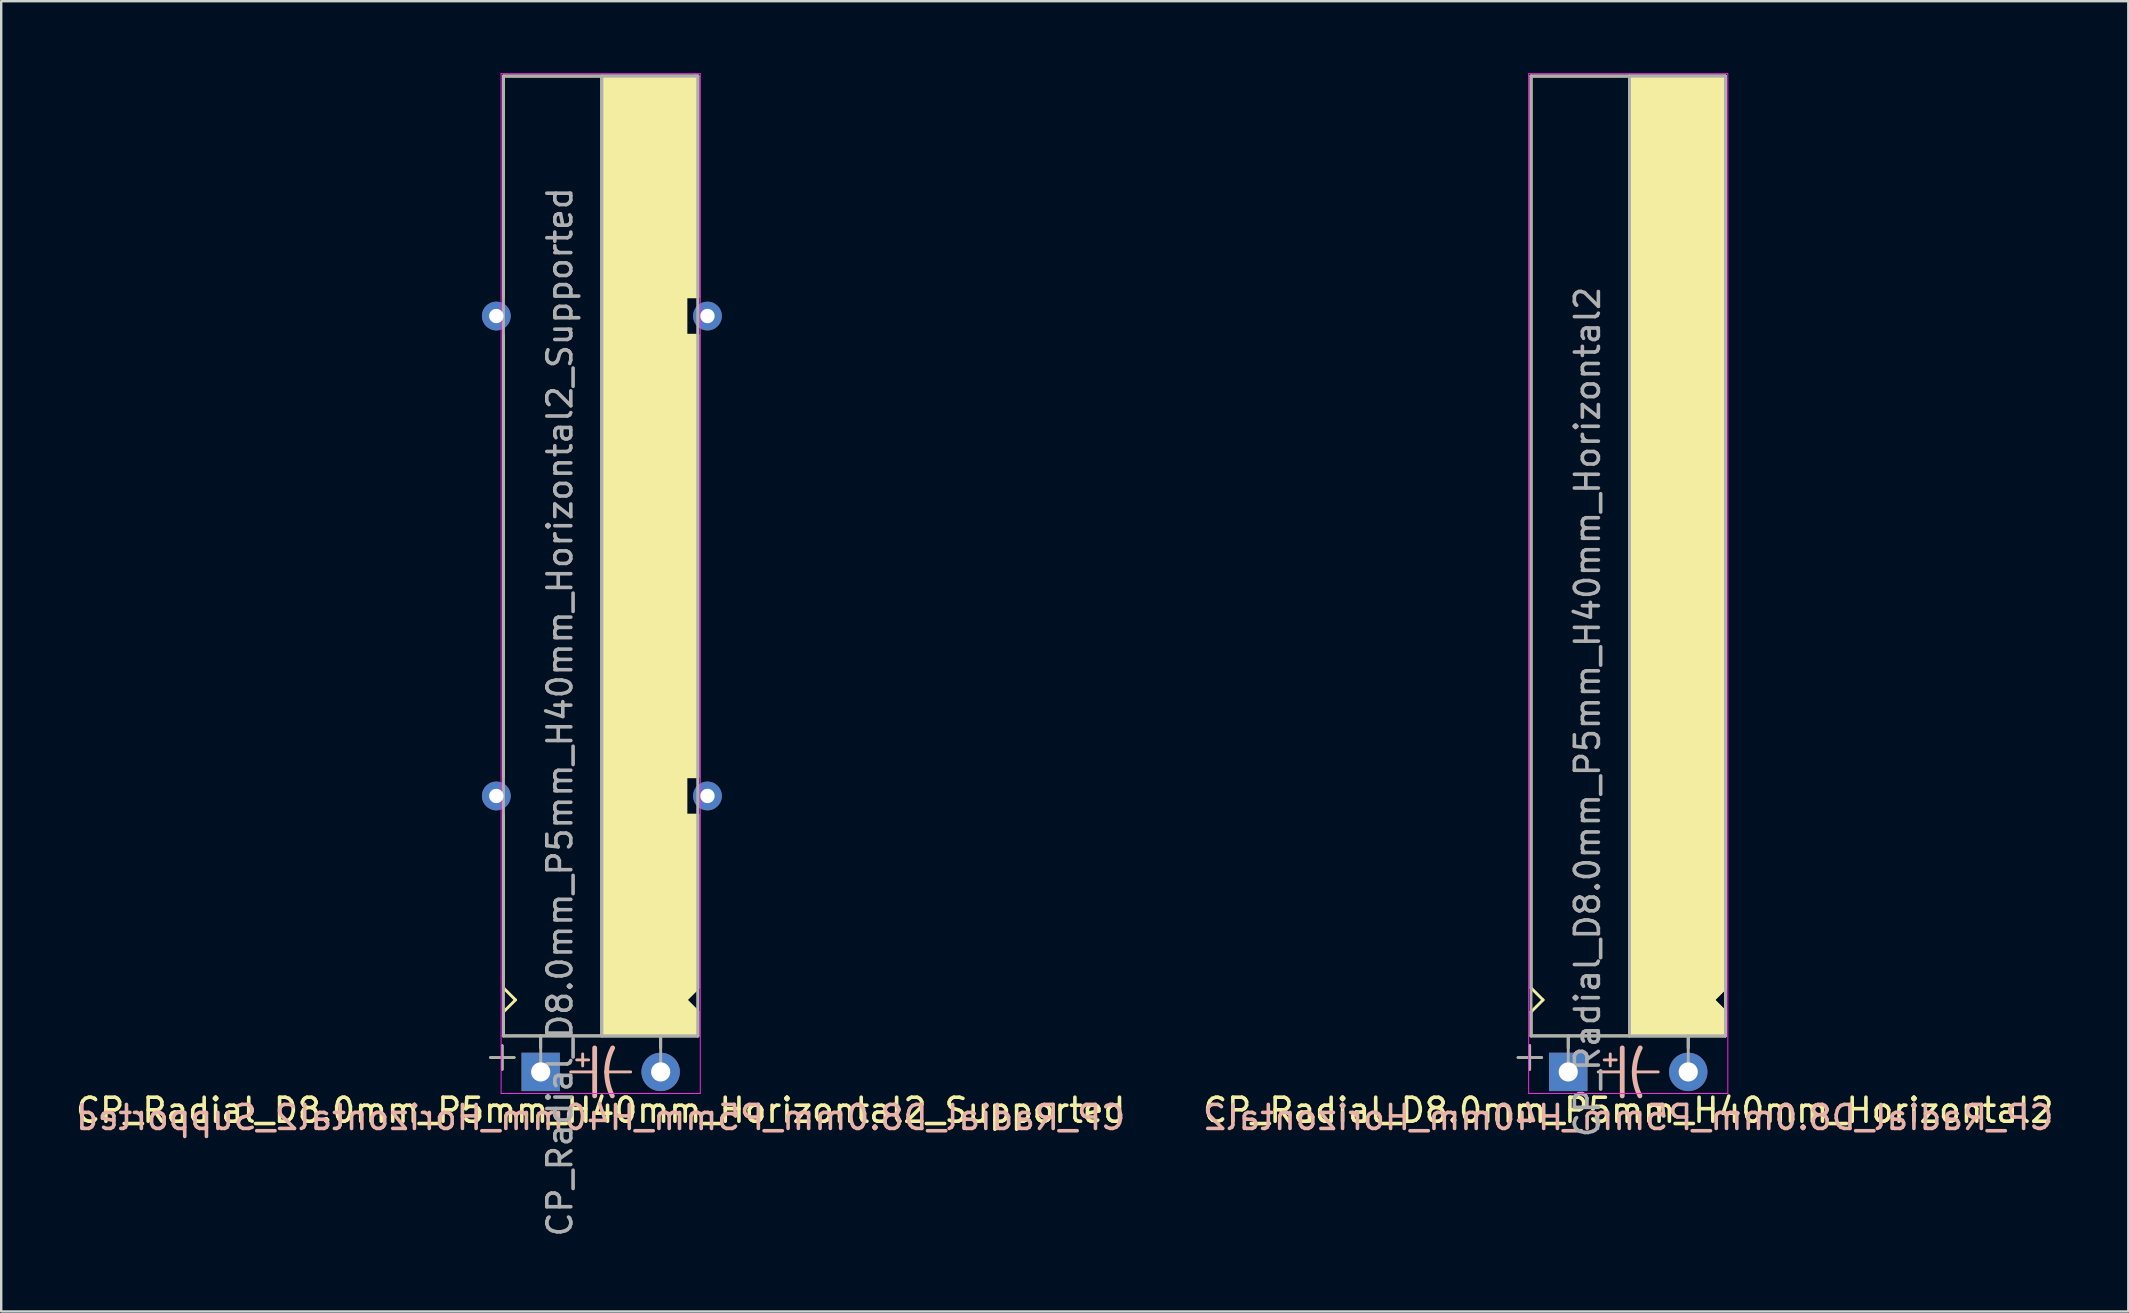
<source format=kicad_pcb>
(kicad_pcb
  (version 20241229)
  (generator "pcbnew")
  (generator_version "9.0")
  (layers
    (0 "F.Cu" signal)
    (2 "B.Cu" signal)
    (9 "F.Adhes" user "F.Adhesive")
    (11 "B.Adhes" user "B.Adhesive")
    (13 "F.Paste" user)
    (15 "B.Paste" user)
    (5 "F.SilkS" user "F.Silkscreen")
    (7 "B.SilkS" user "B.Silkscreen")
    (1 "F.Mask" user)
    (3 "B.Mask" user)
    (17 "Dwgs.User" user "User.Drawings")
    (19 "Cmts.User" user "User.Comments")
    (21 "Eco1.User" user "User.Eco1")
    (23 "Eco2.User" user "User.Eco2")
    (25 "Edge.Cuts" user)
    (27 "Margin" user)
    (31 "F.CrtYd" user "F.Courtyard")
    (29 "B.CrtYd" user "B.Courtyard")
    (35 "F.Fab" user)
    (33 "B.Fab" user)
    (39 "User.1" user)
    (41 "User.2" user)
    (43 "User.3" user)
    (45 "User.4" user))
  (footprint "CP_Radial_D8.0mm_P5mm_H40mm_Horizontal2_Supported"
    (layer "F.Cu")
    (at 19.482 41.62)
    (property "Reference" "CP_Radial_D8.0mm_P5mm_H40mm_Horizontal2_Supported" (at 2.5 1.6 0) (layer "F.SilkS") (effects (font (size 1 1) (thickness 0.15))))
    (fp_line (start -2.1 -0.6) (end -1.1 -0.6) (stroke (width 0.1) (type solid)) (layer "F.SilkS"))
    (fp_line (start -1.6 -0.1) (end -1.6 -1.1) (stroke (width 0.1) (type solid)) (layer "F.SilkS"))
    (fp_line (start -1.55 -41.5) (end 6.45 -41.5) (stroke (width 0.12) (type solid)) (layer "F.SilkS"))
    (fp_line (start -1.55 -32.3) (end -1.55 -41.5) (stroke (width 0.12) (type solid)) (layer "F.SilkS"))
    (fp_line (start -1.55 -12.3) (end -1.55 -30.7) (stroke (width 0.12) (type solid)) (layer "F.SilkS"))
    (fp_line (start -1.55 -10.7) (end -1.55 -3.5) (stroke (width 0.12) (type solid)) (layer "F.SilkS"))
    (fp_line (start -1.55 -2.5) (end -1.05 -3) (stroke (width 0.12) (type solid)) (layer "F.SilkS"))
    (fp_line (start -1.55 -1.5) (end -1.55 -2.5) (stroke (width 0.12) (type solid)) (layer "F.SilkS"))
    (fp_line (start -1.55 -1.5) (end 6.55 -1.5) (stroke (width 0.12) (type solid)) (layer "F.SilkS"))
    (fp_line (start -1.05 -3) (end -1.55 -3.5) (stroke (width 0.12) (type solid)) (layer "F.SilkS"))
    (fp_line (start 0 -1) (end 0 -1.5) (stroke (width 0.12) (type solid)) (layer "F.SilkS"))
    (fp_line (start 2.55 -41.5) (end 2.55 -1.5) (stroke (width 0.12) (type solid)) (layer "F.SilkS"))
    (fp_line (start 5 -1) (end 5 -1.5) (stroke (width 0.12) (type solid)) (layer "F.SilkS"))
    (fp_line (start 6.05 -32.3) (end 6.55 -32.3) (stroke (width 0.12) (type solid)) (layer "F.SilkS"))
    (fp_line (start 6.05 -30.7) (end 6.05 -32.3) (stroke (width 0.12) (type solid)) (layer "F.SilkS"))
    (fp_line (start 6.05 -12.3) (end 6.55 -12.3) (stroke (width 0.12) (type solid)) (layer "F.SilkS"))
    (fp_line (start 6.05 -10.7) (end 6.05 -12.3) (stroke (width 0.12) (type solid)) (layer "F.SilkS"))
    (fp_line (start 6.05 -3) (end 6.55 -2.5) (stroke (width 0.12) (type solid)) (layer "F.SilkS"))
    (fp_line (start 6.55 -41.5) (end 6.45 -41.5) (stroke (width 0.12) (type solid)) (layer "F.SilkS"))
    (fp_line (start 6.55 -32.3) (end 6.55 -41.5) (stroke (width 0.12) (type solid)) (layer "F.SilkS"))
    (fp_line (start 6.55 -30.7) (end 6.05 -30.7) (stroke (width 0.12) (type solid)) (layer "F.SilkS"))
    (fp_line (start 6.55 -12.3) (end 6.55 -30.7) (stroke (width 0.12) (type solid)) (layer "F.SilkS"))
    (fp_line (start 6.55 -10.7) (end 6.05 -10.7) (stroke (width 0.12) (type solid)) (layer "F.SilkS"))
    (fp_line (start 6.55 -10.7) (end 6.55 -3.5) (stroke (width 0.12) (type solid)) (layer "F.SilkS"))
    (fp_line (start 6.55 -3.5) (end 6.05 -3) (stroke (width 0.12) (type solid)) (layer "F.SilkS"))
    (fp_line (start 6.55 -2.5) (end 6.55 -1.5) (stroke (width 0.12) (type solid)) (layer "F.SilkS"))
    (fp_poly (pts (xy 6.55 -2.5) (xy 6.05 -3) (xy 6.55 -3.5) (xy 6.55 -10.7) (xy 6.05 -10.7) (xy 6.05 -12.3) (xy 6.55 -12.3) (xy 6.55 -30.7) (xy 6.05 -30.7) (xy 6.05 -32.3) (xy 6.55 -32.3) (xy 6.55 -41.5) (xy 2.55 -41.5) (xy 2.55 -1.5) (xy 6.55 -1.5)) (stroke (width 0.1) (type solid)) (fill yes) (layer "F.SilkS"))
    (fp_line (start 1.25 0) (end 2.25 0) (stroke (width 0.12) (type solid)) (layer "B.SilkS"))
    (fp_line (start 1.5 -0.5) (end 2 -0.5) (stroke (width 0.12) (type solid)) (layer "B.SilkS"))
    (fp_line (start 1.75 -0.75) (end 1.75 -0.25) (stroke (width 0.12) (type solid)) (layer "B.SilkS"))
    (fp_line (start 2.25 1) (end 2.25 -1) (stroke (width 0.2) (type solid)) (layer "B.SilkS"))
    (fp_line (start 3.75 0) (end 2.75 0) (stroke (width 0.12) (type solid)) (layer "B.SilkS"))
    (fp_arc (start 2.75 0) (mid 2.816707 -0.514573) (end 3 -1) (stroke (width 0.2) (type solid)) (layer "B.SilkS"))
    (fp_arc (start 2.987539 1) (mid 2.810248 0.513901) (end 2.75 0) (stroke (width 0.2) (type solid)) (layer "B.SilkS"))
    (fp_line (start -1.65 -41.6) (end -1.65 -1.5) (stroke (width 0.04) (type solid)) (layer "F.CrtYd"))
    (fp_line (start -1.65 -1.5) (end -1.65 0.9) (stroke (width 0.04) (type solid)) (layer "F.CrtYd"))
    (fp_line (start -1.65 0.9) (end 6.65 0.9) (stroke (width 0.04) (type solid)) (layer "F.CrtYd"))
    (fp_line (start 6.65 -41.6) (end -1.65 -41.6) (stroke (width 0.04) (type solid)) (layer "F.CrtYd"))
    (fp_line (start 6.65 0.9) (end 6.65 -41.6) (stroke (width 0.04) (type solid)) (layer "F.CrtYd"))
    (fp_line (start -2.1 -0.6) (end -1.1 -0.6) (stroke (width 0.1) (type solid)) (layer "F.Fab"))
    (fp_line (start -1.6 -0.1) (end -1.6 -1.1) (stroke (width 0.1) (type solid)) (layer "F.Fab"))
    (fp_line (start -1.55 -41.5) (end -1.55 -1.5) (stroke (width 0.12) (type solid)) (layer "F.Fab"))
    (fp_line (start -1.55 -1.5) (end 6.55 -1.5) (stroke (width 0.12) (type solid)) (layer "F.Fab"))
    (fp_line (start 0 -1.5) (end 0 0) (stroke (width 0.12) (type solid)) (layer "F.Fab"))
    (fp_line (start 2.55 -1.5) (end 2.55 -41.5) (stroke (width 0.12) (type solid)) (layer "F.Fab"))
    (fp_line (start 5 -1.5) (end 5 0) (stroke (width 0.12) (type solid)) (layer "F.Fab"))
    (fp_line (start 6.55 -41.5) (end -1.55 -41.5) (stroke (width 0.12) (type solid)) (layer "F.Fab"))
    (fp_line (start 6.55 -1.5) (end 6.55 -41.5) (stroke (width 0.12) (type solid)) (layer "F.Fab"))
    (fp_poly (pts (xy 6.55 -41.5) (xy 2.55 -41.5) (xy 2.55 -1.5) (xy 6.55 -1.5)) (stroke (width 0.1) (type solid)) (fill no) (layer "F.Fab"))
    (fp_text user "${REFERENCE}" (at 2.5 1.9 0) (layer "B.SilkS") (effects (font (size 1 1) (thickness 0.15)) (justify mirror)))
    (fp_text user "${REFERENCE}" (at 0.8 -15 90) (layer "F.Fab") (effects (font (size 1 1) (thickness 0.15))))
    (pad "1" thru_hole rect (at 0 0) (size 1.6 1.6) (drill 0.8) (layers "*.Cu" "*.Mask"))
    (pad "2" thru_hole circle (at 5 0) (size 1.6 1.6) (drill 0.8) (layers "*.Cu" "*.Mask"))
    (pad "~" thru_hole circle (at -1.85 -31.5 180) (size 1.2 1.2) (drill 0.6) (layers "*.Cu" "*.Mask"))
    (pad "~" thru_hole circle (at -1.85 -11.5 180) (size 1.2 1.2) (drill 0.6) (layers "*.Cu" "*.Mask"))
    (pad "~" thru_hole circle (at 6.95 -31.5 180) (size 1.2 1.2) (drill 0.6) (layers "*.Cu" "*.Mask"))
    (pad "~" thru_hole circle (at 6.95 -11.5 180) (size 1.2 1.2) (drill 0.6) (layers "*.Cu" "*.Mask")))
  (footprint "CP_Radial_D8.0mm_P5mm_H40mm_Horizontal2"
    (layer "F.Cu")
    (at 62.304 41.62)
    (property "Reference" "CP_Radial_D8.0mm_P5mm_H40mm_Horizontal2" (at 2.5 1.6 0) (layer "F.SilkS") (effects (font (size 1 1) (thickness 0.15))))
    (fp_line (start -2.1 -0.6) (end -1.1 -0.6) (stroke (width 0.1) (type solid)) (layer "F.SilkS"))
    (fp_line (start -1.6 -0.1) (end -1.6 -1.1) (stroke (width 0.1) (type solid)) (layer "F.SilkS"))
    (fp_line (start -1.55 -41.5) (end 6.55 -41.5) (stroke (width 0.12) (type solid)) (layer "F.SilkS"))
    (fp_line (start -1.55 -3.5) (end -1.55 -41.5) (stroke (width 0.12) (type solid)) (layer "F.SilkS"))
    (fp_line (start -1.55 -3.5) (end -1.05 -3) (stroke (width 0.12) (type solid)) (layer "F.SilkS"))
    (fp_line (start -1.55 -2.5) (end -1.55 -1.5) (stroke (width 0.12) (type solid)) (layer "F.SilkS"))
    (fp_line (start -1.55 -1.5) (end 6.55 -1.5) (stroke (width 0.12) (type solid)) (layer "F.SilkS"))
    (fp_line (start -1.05 -3) (end -1.55 -2.5) (stroke (width 0.12) (type solid)) (layer "F.SilkS"))
    (fp_line (start 0 -1) (end 0 -1.5) (stroke (width 0.12) (type solid)) (layer "F.SilkS"))
    (fp_line (start 2.55 -41.5) (end 2.55 -1.5) (stroke (width 0.12) (type solid)) (layer "F.SilkS"))
    (fp_line (start 5 -1) (end 5 -1.5) (stroke (width 0.12) (type solid)) (layer "F.SilkS"))
    (fp_line (start 6.05 -3) (end 6.55 -2.5) (stroke (width 0.12) (type solid)) (layer "F.SilkS"))
    (fp_line (start 6.55 -21.5) (end 6.45 -21.5) (stroke (width 0.12) (type solid)) (layer "F.SilkS"))
    (fp_line (start 6.55 -3.5) (end 6.05 -3) (stroke (width 0.12) (type solid)) (layer "F.SilkS"))
    (fp_line (start 6.55 -3.5) (end 6.55 -41.5) (stroke (width 0.12) (type solid)) (layer "F.SilkS"))
    (fp_line (start 6.55 -2.5) (end 6.55 -1.5) (stroke (width 0.12) (type solid)) (layer "F.SilkS"))
    (fp_poly (pts (xy 6.55 -2.5) (xy 6.05 -3) (xy 6.55 -3.5) (xy 6.55 -41.5) (xy 2.55 -41.5) (xy 2.55 -1.5) (xy 6.55 -1.5)) (stroke (width 0.1) (type solid)) (fill yes) (layer "F.SilkS"))
    (fp_line (start 1.25 0) (end 2.25 0) (stroke (width 0.12) (type solid)) (layer "B.SilkS"))
    (fp_line (start 1.5 -0.5) (end 2 -0.5) (stroke (width 0.12) (type solid)) (layer "B.SilkS"))
    (fp_line (start 1.75 -0.75) (end 1.75 -0.25) (stroke (width 0.12) (type solid)) (layer "B.SilkS"))
    (fp_line (start 2.25 1) (end 2.25 -1) (stroke (width 0.2) (type solid)) (layer "B.SilkS"))
    (fp_line (start 3.75 0) (end 2.75 0) (stroke (width 0.12) (type solid)) (layer "B.SilkS"))
    (fp_arc (start 2.75 0) (mid 2.816707 -0.514573) (end 3 -1) (stroke (width 0.2) (type solid)) (layer "B.SilkS"))
    (fp_arc (start 2.987539 1) (mid 2.810248 0.513901) (end 2.75 0) (stroke (width 0.2) (type solid)) (layer "B.SilkS"))
    (fp_line (start -1.65 -41.6) (end -1.65 -1.5) (stroke (width 0.04) (type solid)) (layer "F.CrtYd"))
    (fp_line (start -1.65 -1.5) (end -1.65 0.9) (stroke (width 0.04) (type solid)) (layer "F.CrtYd"))
    (fp_line (start -1.65 0.9) (end 6.65 0.9) (stroke (width 0.04) (type solid)) (layer "F.CrtYd"))
    (fp_line (start 6.65 -41.6) (end -1.65 -41.6) (stroke (width 0.04) (type solid)) (layer "F.CrtYd"))
    (fp_line (start 6.65 0.9) (end 6.65 -41.6) (stroke (width 0.04) (type solid)) (layer "F.CrtYd"))
    (fp_line (start -2.1 -0.6) (end -1.1 -0.6) (stroke (width 0.1) (type solid)) (layer "F.Fab"))
    (fp_line (start -1.6 -0.1) (end -1.6 -1.1) (stroke (width 0.1) (type solid)) (layer "F.Fab"))
    (fp_line (start -1.55 -41.5) (end -1.55 -1.5) (stroke (width 0.12) (type solid)) (layer "F.Fab"))
    (fp_line (start -1.55 -1.5) (end 6.55 -1.5) (stroke (width 0.12) (type solid)) (layer "F.Fab"))
    (fp_line (start 0 -1.5) (end 0 0) (stroke (width 0.12) (type solid)) (layer "F.Fab"))
    (fp_line (start 2.55 -1.5) (end 2.55 -41.5) (stroke (width 0.12) (type solid)) (layer "F.Fab"))
    (fp_line (start 5 -1.5) (end 5 0) (stroke (width 0.12) (type solid)) (layer "F.Fab"))
    (fp_line (start 6.55 -41.5) (end -1.55 -41.5) (stroke (width 0.12) (type solid)) (layer "F.Fab"))
    (fp_line (start 6.55 -1.5) (end 6.55 -41.5) (stroke (width 0.12) (type solid)) (layer "F.Fab"))
    (fp_poly (pts (xy 6.55 -41.5) (xy 2.55 -41.5) (xy 2.55 -1.5) (xy 6.55 -1.5)) (stroke (width 0.1) (type solid)) (fill no) (layer "F.Fab"))
    (fp_text user "${REFERENCE}" (at 2.5 1.9 0) (layer "B.SilkS") (effects (font (size 1 1) (thickness 0.15)) (justify mirror)))
    (fp_text user "${REFERENCE}" (at 0.8 -15 90) (layer "F.Fab") (effects (font (size 1 1) (thickness 0.15))))
    (pad "1" thru_hole rect (at 0 0) (size 1.6 1.6) (drill 0.8) (layers "*.Cu" "*.Mask"))
    (pad "2" thru_hole circle (at 5 0) (size 1.6 1.6) (drill 0.8) (layers "*.Cu" "*.Mask")))
  (gr_rect
    (start -3 -3)
    (end 85.643 51.602)
    (stroke (width 0.1) (type default))
    (fill no)
    (layer "Edge.Cuts")))
</source>
